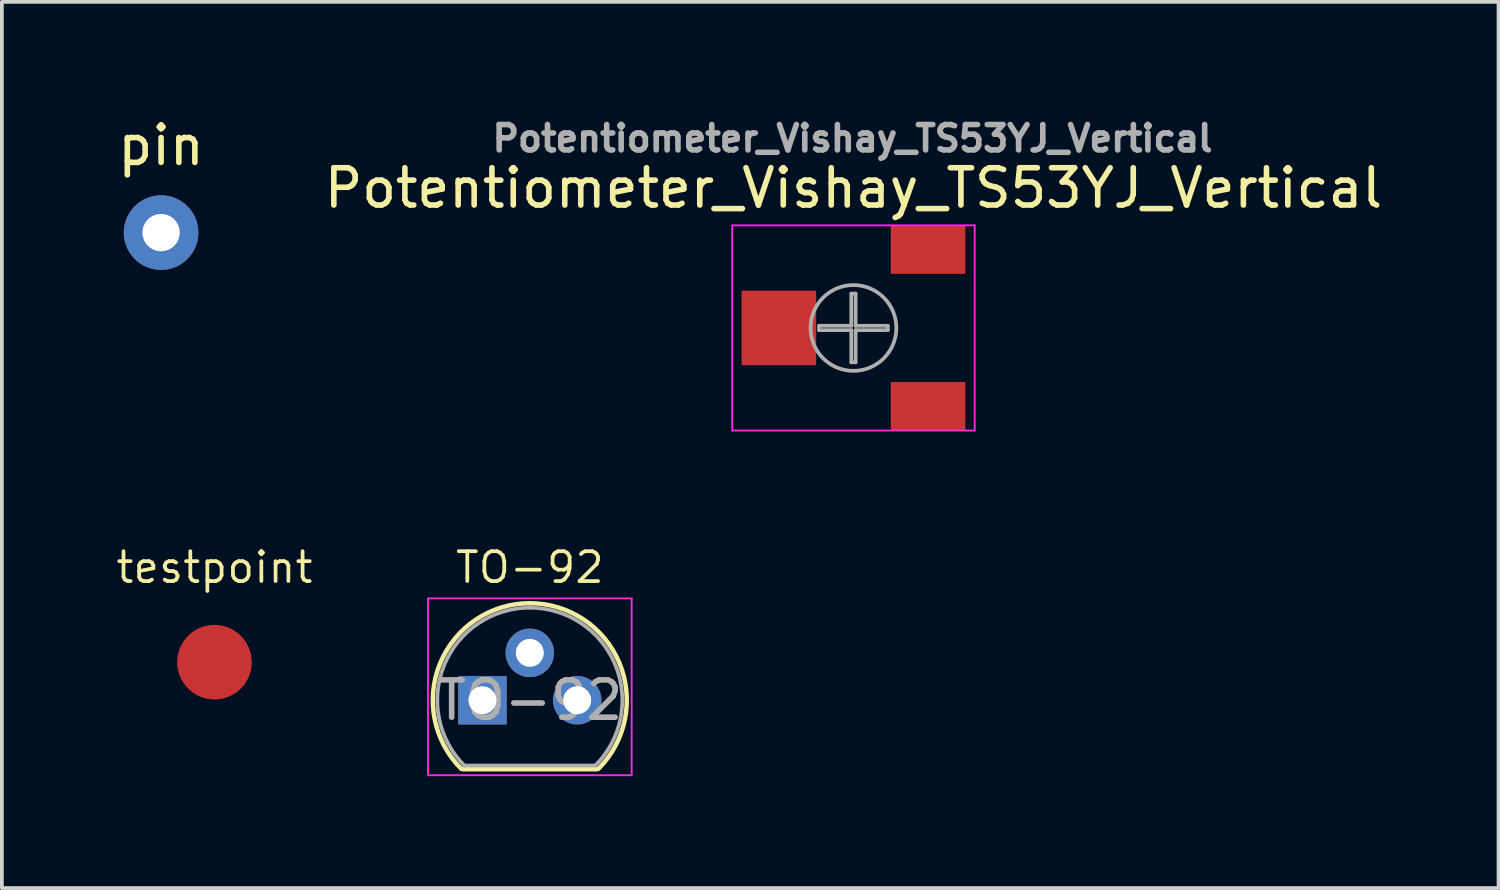
<source format=kicad_pcb>
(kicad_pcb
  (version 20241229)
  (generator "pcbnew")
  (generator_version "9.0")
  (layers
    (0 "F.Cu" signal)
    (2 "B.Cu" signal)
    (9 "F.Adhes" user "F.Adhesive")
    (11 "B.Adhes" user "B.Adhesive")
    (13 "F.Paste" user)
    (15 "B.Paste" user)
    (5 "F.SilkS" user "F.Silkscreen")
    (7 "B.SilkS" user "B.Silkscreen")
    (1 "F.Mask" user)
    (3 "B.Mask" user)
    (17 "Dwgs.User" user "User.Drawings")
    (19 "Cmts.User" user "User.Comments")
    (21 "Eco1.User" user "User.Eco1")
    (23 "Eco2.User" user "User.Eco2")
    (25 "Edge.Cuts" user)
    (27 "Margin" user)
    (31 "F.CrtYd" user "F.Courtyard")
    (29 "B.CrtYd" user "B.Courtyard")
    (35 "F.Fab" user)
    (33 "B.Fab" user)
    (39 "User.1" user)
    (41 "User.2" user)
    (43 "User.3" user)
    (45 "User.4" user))
  (footprint "Potentiometer_Vishay_TS53YJ_Vertical"
    (layer "F.Cu")
    (at 19.827 5.741)
    (property "Reference" "Potentiometer_Vishay_TS53YJ_Vertical" (at 0 -3.75 0) (layer "F.SilkS") (effects (font (size 1 1) (thickness 0.15))))
    (attr smd)
    (fp_line (start -3.25 -2.75) (end -3.25 2.75) (stroke (width 0.05) (type solid)) (layer "F.CrtYd"))
    (fp_line (start -3.25 2.75) (end 3.25 2.75) (stroke (width 0.05) (type solid)) (layer "F.CrtYd"))
    (fp_line (start 3.25 -2.75) (end -3.25 -2.75) (stroke (width 0.05) (type solid)) (layer "F.CrtYd"))
    (fp_line (start 3.25 2.75) (end 3.25 -2.75) (stroke (width 0.05) (type solid)) (layer "F.CrtYd"))
    (fp_line (start -0.92 -0.058) (end -0.058 -0.058) (stroke (width 0.1) (type solid)) (layer "F.Fab"))
    (fp_line (start -0.92 0.058) (end -0.92 -0.058) (stroke (width 0.1) (type solid)) (layer "F.Fab"))
    (fp_line (start -0.058 -0.92) (end 0.058 -0.92) (stroke (width 0.1) (type solid)) (layer "F.Fab"))
    (fp_line (start -0.058 -0.058) (end -0.058 -0.92) (stroke (width 0.1) (type solid)) (layer "F.Fab"))
    (fp_line (start -0.058 0.058) (end -0.92 0.058) (stroke (width 0.1) (type solid)) (layer "F.Fab"))
    (fp_line (start -0.058 0.92) (end -0.058 0.058) (stroke (width 0.1) (type solid)) (layer "F.Fab"))
    (fp_line (start 0.058 -0.92) (end 0.058 -0.058) (stroke (width 0.1) (type solid)) (layer "F.Fab"))
    (fp_line (start 0.058 -0.058) (end 0.92 -0.058) (stroke (width 0.1) (type solid)) (layer "F.Fab"))
    (fp_line (start 0.058 0.058) (end 0.058 0.92) (stroke (width 0.1) (type solid)) (layer "F.Fab"))
    (fp_line (start 0.058 0.92) (end -0.058 0.92) (stroke (width 0.1) (type solid)) (layer "F.Fab"))
    (fp_line (start 0.92 -0.058) (end 0.92 0.058) (stroke (width 0.1) (type solid)) (layer "F.Fab"))
    (fp_line (start 0.92 0.058) (end 0.058 0.058) (stroke (width 0.1) (type solid)) (layer "F.Fab"))
    (fp_circle (center 0 0) (end 1.15 0) (stroke (width 0.1) (type solid)) (fill no) (layer "F.Fab"))
    (fp_text user "${REFERENCE}" (at -0.025 -5.08 0) (layer "F.Fab") (effects (font (size 0.68 0.68) (thickness 0.15))))
    (pad "1" smd rect (at 2 -2.1) (size 2 1.3) (layers "F.Cu" "F.Mask" "F.Paste"))
    (pad "2" smd rect (at -2 0) (size 2 2) (layers "F.Cu" "F.Mask" "F.Paste"))
    (pad "3" smd rect (at 2 2.1) (size 2 1.3) (layers "F.Cu" "F.Mask" "F.Paste")))
  (footprint "TO-92"
    (layer "F.Cu")
    (at 9.882 15.72)
    (property "Reference" "TO-92" (at 1.27 -3.56 0) (layer "F.SilkS") (effects (font (size 0.8 0.8) (thickness 0.1))))
    (attr through_hole)
    (fp_line (start -0.53 1.85) (end 3.07 1.85) (stroke (width 0.12) (type solid)) (layer "F.SilkS"))
    (fp_arc (start -0.568478 1.838478) (mid -1.132087 -0.994977) (end 1.27 -2.6) (stroke (width 0.12) (type solid)) (layer "F.SilkS"))
    (fp_arc (start 1.27 -2.6) (mid 3.672087 -0.994977) (end 3.108478 1.838478) (stroke (width 0.12) (type solid)) (layer "F.SilkS"))
    (fp_line (start -1.46 -2.73) (end -1.46 2.01) (stroke (width 0.05) (type solid)) (layer "F.CrtYd"))
    (fp_line (start -1.46 -2.73) (end 4 -2.73) (stroke (width 0.05) (type solid)) (layer "F.CrtYd"))
    (fp_line (start 4 2.01) (end -1.46 2.01) (stroke (width 0.05) (type solid)) (layer "F.CrtYd"))
    (fp_line (start 4 2.01) (end 4 -2.73) (stroke (width 0.05) (type solid)) (layer "F.CrtYd"))
    (fp_line (start -0.5 1.75) (end 3 1.75) (stroke (width 0.1) (type solid)) (layer "F.Fab"))
    (fp_arc (start -0.483625 1.753625) (mid -1.021221 -0.949055) (end 1.27 -2.48) (stroke (width 0.1) (type solid)) (layer "F.Fab"))
    (fp_arc (start 1.27 -2.48) (mid 3.561221 -0.949055) (end 3.023625 1.753625) (stroke (width 0.1) (type solid)) (layer "F.Fab"))
    (fp_text user "${REFERENCE}" (at 1.27 0 0) (layer "F.Fab") (effects (font (size 1 1) (thickness 0.15))))
    (pad "1" thru_hole circle (at 2.54 0) (size 1.3 1.3) (drill 0.75) (layers "*.Cu" "*.Mask"))
    (pad "2" thru_hole circle (at 1.27 -1.27) (size 1.3 1.3) (drill 0.75) (layers "*.Cu" "*.Mask"))
    (pad "3" thru_hole rect (at 0 0 90) (size 1.3 1.3) (drill 0.75) (layers "*.Cu" "*.Mask")))
  (footprint "pin"
    (layer "F.Cu")
    (at 1.268 3.388)
    (property "Reference" "pin" (at 0 -2.54 0) (layer "F.SilkS") (effects (font (size 1 1) (thickness 0.15))))
    (attr through_hole)
    (pad "1" thru_hole circle (at 0 -0.203) (size 2 2) (drill 1) (layers "*.Cu" "*.Mask")))
  (footprint "testpoint"
    (layer "F.Cu")
    (at 2.699 14.7)
    (property "Reference" "testpoint" (at 0 -2.54 0) (layer "F.SilkS") (effects (font (size 0.8 0.8) (thickness 0.1))))
    (attr through_hole)
    (pad "1" smd circle (at 0 0) (size 2 2) (layers "F.Cu" "F.Mask" "F.Paste")))
  (gr_rect
    (start -3 -3)
    (end 37.119 20.755)
    (stroke (width 0.1) (type default))
    (fill no)
    (layer "Edge.Cuts")))
</source>
